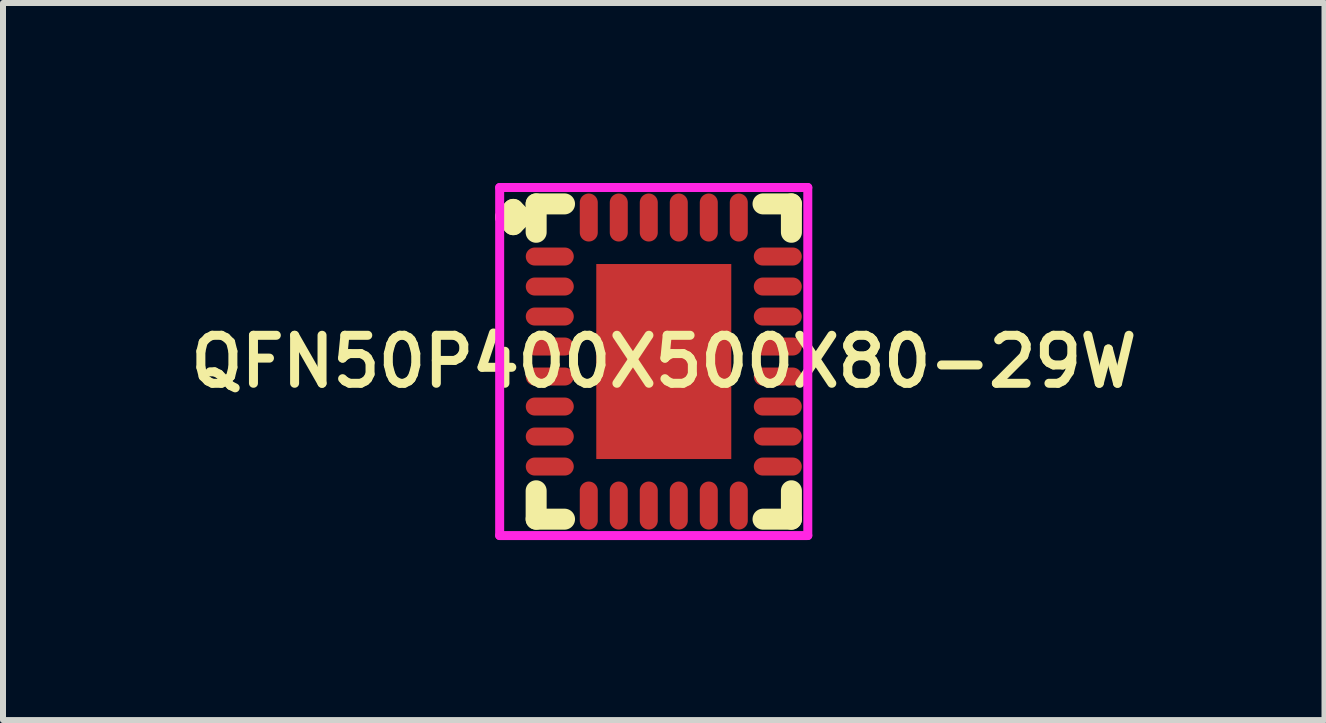
<source format=kicad_pcb>
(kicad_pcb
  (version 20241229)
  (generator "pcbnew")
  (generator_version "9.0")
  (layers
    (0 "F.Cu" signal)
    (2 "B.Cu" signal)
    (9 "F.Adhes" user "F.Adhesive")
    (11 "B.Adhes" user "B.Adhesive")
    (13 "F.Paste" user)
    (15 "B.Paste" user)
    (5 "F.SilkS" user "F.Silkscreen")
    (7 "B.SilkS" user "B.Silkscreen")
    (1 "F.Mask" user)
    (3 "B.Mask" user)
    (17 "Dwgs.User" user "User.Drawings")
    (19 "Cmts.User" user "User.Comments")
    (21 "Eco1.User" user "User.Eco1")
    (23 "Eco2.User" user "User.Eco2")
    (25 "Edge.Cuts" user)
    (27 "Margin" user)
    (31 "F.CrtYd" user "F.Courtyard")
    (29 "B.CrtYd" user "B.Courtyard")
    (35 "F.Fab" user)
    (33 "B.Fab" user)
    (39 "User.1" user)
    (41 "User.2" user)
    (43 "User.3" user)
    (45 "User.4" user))
  (footprint "QFN50P400X500X80-29W"
    (layer "F.Cu")
    (at 8.012 2.975)
    (property "Reference" "QFN50P400X500X80-29W" (at 0 0 0) (layer "F.SilkS") (effects (font (size 0.8 0.8) (thickness 0.15))))
    (attr smd)
    (fp_line (start -2.635 -2.408) (end -2.508 -2.535) (stroke (width 0.35) (type solid)) (layer "F.SilkS"))
    (fp_line (start -2.508 -2.535) (end -2.381 -2.408) (stroke (width 0.35) (type solid)) (layer "F.SilkS"))
    (fp_line (start -2.508 -2.281) (end -2.635 -2.408) (stroke (width 0.35) (type solid)) (layer "F.SilkS"))
    (fp_line (start -2.381 -2.408) (end -2.508 -2.281) (stroke (width 0.35) (type solid)) (layer "F.SilkS"))
    (fp_line (start -2.127 -2.627) (end -1.654 -2.627) (stroke (width 0.35) (type solid)) (layer "F.SilkS"))
    (fp_line (start -2.127 -2.154) (end -2.127 -2.627) (stroke (width 0.35) (type solid)) (layer "F.SilkS"))
    (fp_line (start -2.127 2.154) (end -2.127 2.627) (stroke (width 0.35) (type solid)) (layer "F.SilkS"))
    (fp_line (start -2.127 2.627) (end -1.654 2.627) (stroke (width 0.35) (type solid)) (layer "F.SilkS"))
    (fp_line (start 1.654 -2.627) (end 2.127 -2.627) (stroke (width 0.35) (type solid)) (layer "F.SilkS"))
    (fp_line (start 1.654 2.627) (end 2.127 2.627) (stroke (width 0.35) (type solid)) (layer "F.SilkS"))
    (fp_line (start 2.127 -2.627) (end 2.127 -2.154) (stroke (width 0.35) (type solid)) (layer "F.SilkS"))
    (fp_line (start 2.127 2.627) (end 2.127 2.154) (stroke (width 0.35) (type solid)) (layer "F.SilkS"))
    (fp_line (start -2.735 -2.9) (end 2.4 -2.9) (stroke (width 0.15) (type solid)) (layer "F.CrtYd"))
    (fp_line (start -2.735 2.9) (end -2.735 -2.9) (stroke (width 0.15) (type solid)) (layer "F.CrtYd"))
    (fp_line (start 2.4 -2.9) (end 2.4 2.9) (stroke (width 0.15) (type solid)) (layer "F.CrtYd"))
    (fp_line (start 2.4 2.9) (end -2.735 2.9) (stroke (width 0.15) (type solid)) (layer "F.CrtYd"))
    (pad "1" smd oval (at -1.9 -1.75) (size 0.8 0.3) (layers "F.Cu" "F.Mask" "F.Paste"))
    (pad "2" smd oval (at -1.9 -1.25) (size 0.8 0.3) (layers "F.Cu" "F.Mask" "F.Paste"))
    (pad "3" smd oval (at -1.9 -0.75) (size 0.8 0.3) (layers "F.Cu" "F.Mask" "F.Paste"))
    (pad "4" smd oval (at -1.9 -0.25) (size 0.8 0.3) (layers "F.Cu" "F.Mask" "F.Paste"))
    (pad "5" smd oval (at -1.9 0.25) (size 0.8 0.3) (layers "F.Cu" "F.Mask" "F.Paste"))
    (pad "6" smd oval (at -1.9 0.75) (size 0.8 0.3) (layers "F.Cu" "F.Mask" "F.Paste"))
    (pad "7" smd oval (at -1.9 1.25) (size 0.8 0.3) (layers "F.Cu" "F.Mask" "F.Paste"))
    (pad "8" smd oval (at -1.9 1.75) (size 0.8 0.3) (layers "F.Cu" "F.Mask" "F.Paste"))
    (pad "9" smd oval (at -1.25 2.4) (size 0.3 0.8) (layers "F.Cu" "F.Mask" "F.Paste"))
    (pad "10" smd oval (at -0.75 2.4) (size 0.3 0.8) (layers "F.Cu" "F.Mask" "F.Paste"))
    (pad "11" smd oval (at -0.25 2.4) (size 0.3 0.8) (layers "F.Cu" "F.Mask" "F.Paste"))
    (pad "12" smd oval (at 0.25 2.4) (size 0.3 0.8) (layers "F.Cu" "F.Mask" "F.Paste"))
    (pad "13" smd oval (at 0.75 2.4) (size 0.3 0.8) (layers "F.Cu" "F.Mask" "F.Paste"))
    (pad "14" smd oval (at 1.25 2.4) (size 0.3 0.8) (layers "F.Cu" "F.Mask" "F.Paste"))
    (pad "15" smd oval (at 1.9 1.75) (size 0.8 0.3) (layers "F.Cu" "F.Mask" "F.Paste"))
    (pad "16" smd oval (at 1.9 1.25) (size 0.8 0.3) (layers "F.Cu" "F.Mask" "F.Paste"))
    (pad "17" smd oval (at 1.9 0.75) (size 0.8 0.3) (layers "F.Cu" "F.Mask" "F.Paste"))
    (pad "18" smd oval (at 1.9 0.25) (size 0.8 0.3) (layers "F.Cu" "F.Mask" "F.Paste"))
    (pad "19" smd oval (at 1.9 -0.25) (size 0.8 0.3) (layers "F.Cu" "F.Mask" "F.Paste"))
    (pad "20" smd oval (at 1.9 -0.75) (size 0.8 0.3) (layers "F.Cu" "F.Mask" "F.Paste"))
    (pad "21" smd oval (at 1.9 -1.25) (size 0.8 0.3) (layers "F.Cu" "F.Mask" "F.Paste"))
    (pad "22" smd oval (at 1.9 -1.75) (size 0.8 0.3) (layers "F.Cu" "F.Mask" "F.Paste"))
    (pad "23" smd oval (at 1.25 -2.4) (size 0.3 0.8) (layers "F.Cu" "F.Mask" "F.Paste"))
    (pad "24" smd oval (at 0.75 -2.4) (size 0.3 0.8) (layers "F.Cu" "F.Mask" "F.Paste"))
    (pad "25" smd oval (at 0.25 -2.4) (size 0.3 0.8) (layers "F.Cu" "F.Mask" "F.Paste"))
    (pad "26" smd oval (at -0.25 -2.4) (size 0.3 0.8) (layers "F.Cu" "F.Mask" "F.Paste"))
    (pad "27" smd oval (at -0.75 -2.4) (size 0.3 0.8) (layers "F.Cu" "F.Mask" "F.Paste"))
    (pad "28" smd oval (at -1.25 -2.4) (size 0.3 0.8) (layers "F.Cu" "F.Mask" "F.Paste"))
    (pad "29" smd rect (at 0 0) (size 2.25 3.25) (layers "F.Cu" "F.Mask" "F.Paste")))
  (gr_rect
    (start -3 -3)
    (end 19.023 8.95)
    (stroke (width 0.1) (type default))
    (fill no)
    (layer "Edge.Cuts")))
</source>
